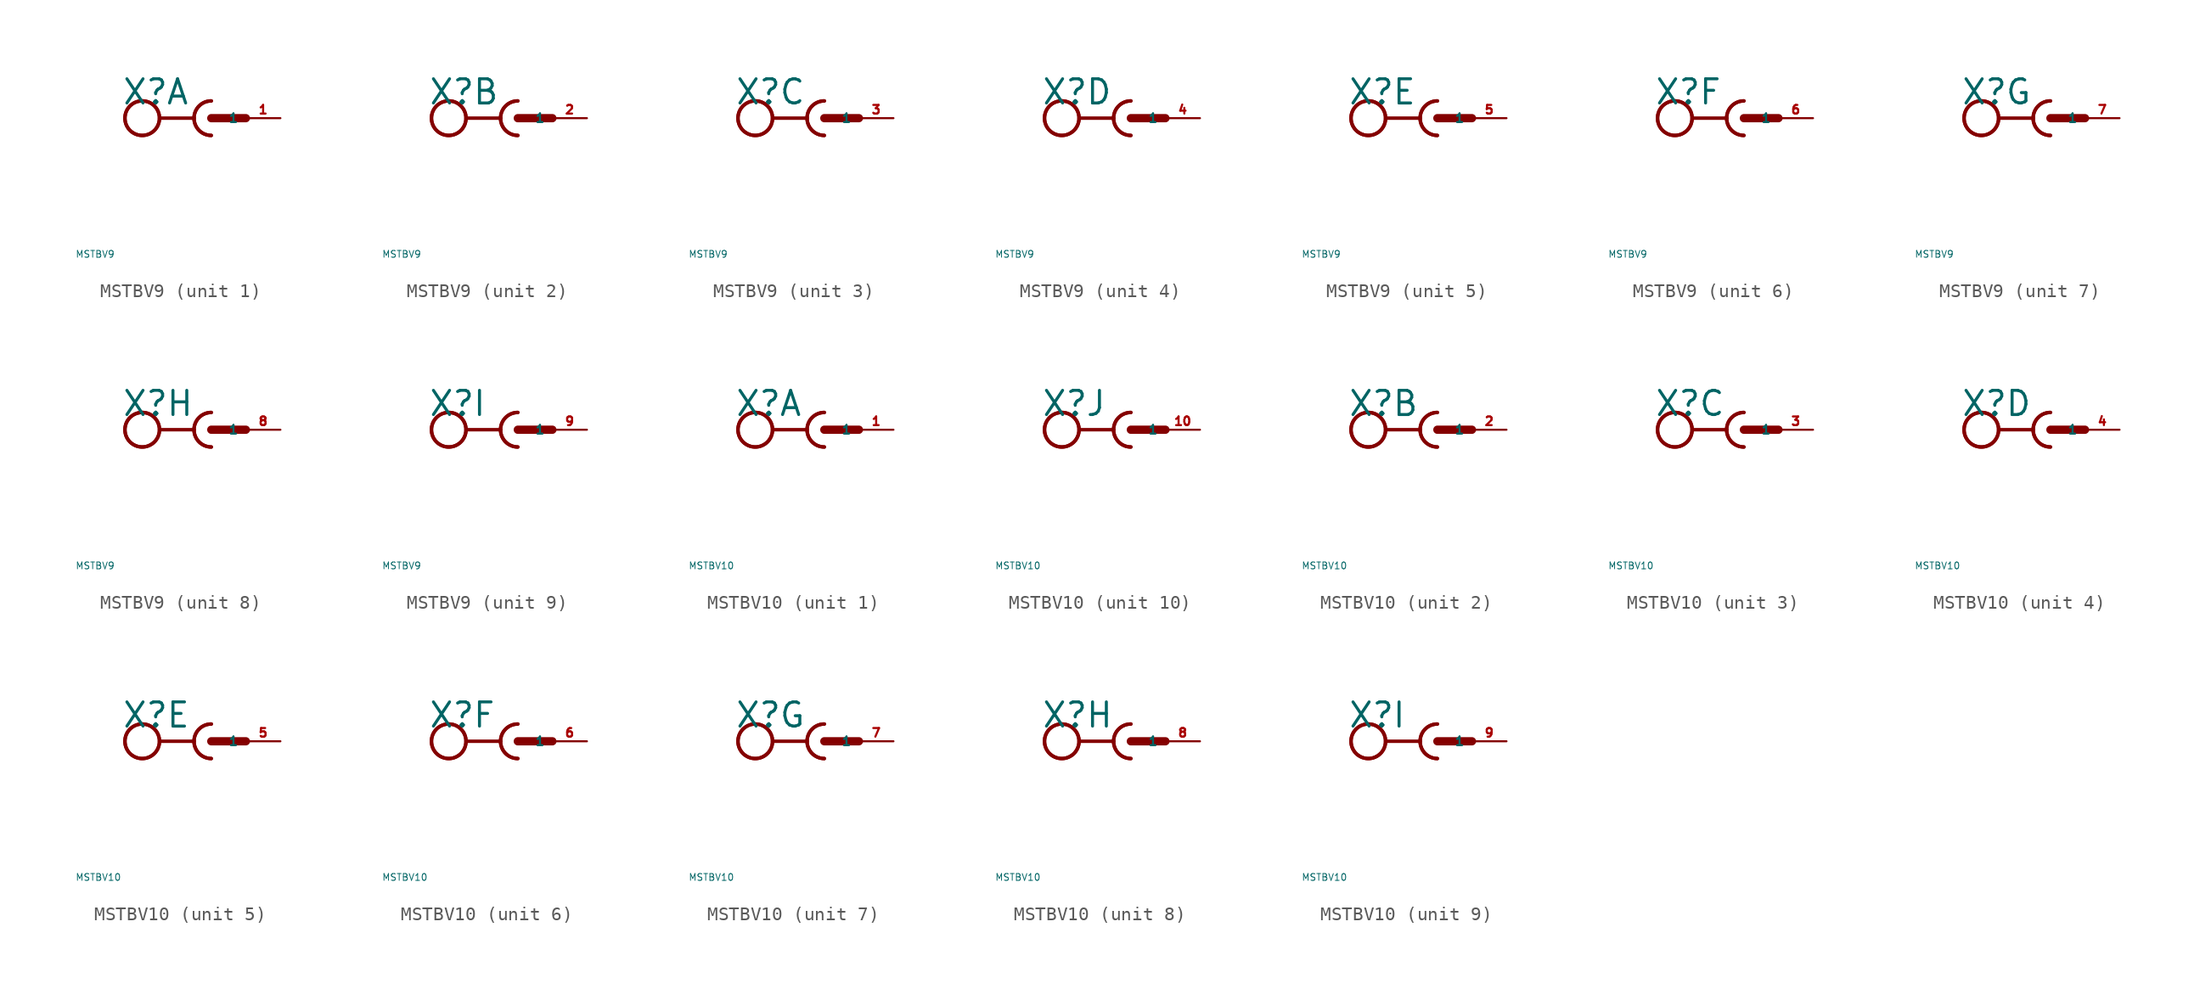
<source format=kicad_sym>
(kicad_symbol_lib
  (version 20220914)
  (generator Eagle2Kicad)
  (symbol "MSTBV9"
    (property "Reference" "X"
      (at -6.604 0.889 0)
      (effects (font (size 1.778 1.778) (thickness 0.22)) (justify left bottom)))
    (property "Value" "MSTBV9"
      (at -10 -10 0)
      (effects (font (size 0.5 0.5) (thickness 0.06)) (justify left)))
    (symbol "MSTBV9_1_0"
      (arc (start -1.27 0) (mid -0.898 -0.898) (end 0 -1.27) (stroke (width 0.254) (type default)) (fill (type none)))
      (arc (start 0 1.27) (mid -0.898 0.898) (end -1.27 0) (stroke (width 0.254) (type default)) (fill (type none)))
      (polyline (pts (xy -3.81 0) (xy -1.27 0)) (stroke (width 0.254) (type default)) (fill (type none)))
      (arc (start 0 1.27) (mid -1.270 0.000) (end 0 -1.27) (stroke (width 0.254) (type default)) (fill (type none)))
      (polyline (pts (xy 0 0) (xy 2.54 0)) (stroke (width 0.61) (type default)) (fill (type none)))
      (circle (center -5.08 0) (radius 1.27) (stroke (width 0.254) (type default)) (fill (type none)))
      (circle (center -5.08 0) (radius 1.27) (stroke (width 0.254) (type default)) (fill (type none)))
      (pin passive line (at 5.08 0 180) (length 2.54) (name "1" (effects (font (size 0.635 0.635) (thickness 0.08)) (justify left bottom))) (number "1" (effects (font (size 0.635 0.635) (thickness 0.08)) (justify left bottom)))))
    (symbol "MSTBV9_2_0"
      (arc (start -1.27 0) (mid -0.898 -0.898) (end 0 -1.27) (stroke (width 0.254) (type default)) (fill (type none)))
      (arc (start 0 1.27) (mid -0.898 0.898) (end -1.27 0) (stroke (width 0.254) (type default)) (fill (type none)))
      (polyline (pts (xy -3.81 0) (xy -1.27 0)) (stroke (width 0.254) (type default)) (fill (type none)))
      (arc (start 0 1.27) (mid -1.270 0.000) (end 0 -1.27) (stroke (width 0.254) (type default)) (fill (type none)))
      (polyline (pts (xy 0 0) (xy 2.54 0)) (stroke (width 0.61) (type default)) (fill (type none)))
      (circle (center -5.08 0) (radius 1.27) (stroke (width 0.254) (type default)) (fill (type none)))
      (circle (center -5.08 0) (radius 1.27) (stroke (width 0.254) (type default)) (fill (type none)))
      (pin passive line (at 5.08 0 180) (length 2.54) (name "1" (effects (font (size 0.635 0.635) (thickness 0.08)) (justify left bottom))) (number "2" (effects (font (size 0.635 0.635) (thickness 0.08)) (justify left bottom)))))
    (symbol "MSTBV9_3_0"
      (arc (start -1.27 0) (mid -0.898 -0.898) (end 0 -1.27) (stroke (width 0.254) (type default)) (fill (type none)))
      (arc (start 0 1.27) (mid -0.898 0.898) (end -1.27 0) (stroke (width 0.254) (type default)) (fill (type none)))
      (polyline (pts (xy -3.81 0) (xy -1.27 0)) (stroke (width 0.254) (type default)) (fill (type none)))
      (arc (start 0 1.27) (mid -1.270 0.000) (end 0 -1.27) (stroke (width 0.254) (type default)) (fill (type none)))
      (polyline (pts (xy 0 0) (xy 2.54 0)) (stroke (width 0.61) (type default)) (fill (type none)))
      (circle (center -5.08 0) (radius 1.27) (stroke (width 0.254) (type default)) (fill (type none)))
      (circle (center -5.08 0) (radius 1.27) (stroke (width 0.254) (type default)) (fill (type none)))
      (pin passive line (at 5.08 0 180) (length 2.54) (name "1" (effects (font (size 0.635 0.635) (thickness 0.08)) (justify left bottom))) (number "3" (effects (font (size 0.635 0.635) (thickness 0.08)) (justify left bottom)))))
    (symbol "MSTBV9_4_0"
      (arc (start -1.27 0) (mid -0.898 -0.898) (end 0 -1.27) (stroke (width 0.254) (type default)) (fill (type none)))
      (arc (start 0 1.27) (mid -0.898 0.898) (end -1.27 0) (stroke (width 0.254) (type default)) (fill (type none)))
      (polyline (pts (xy -3.81 0) (xy -1.27 0)) (stroke (width 0.254) (type default)) (fill (type none)))
      (arc (start 0 1.27) (mid -1.270 0.000) (end 0 -1.27) (stroke (width 0.254) (type default)) (fill (type none)))
      (polyline (pts (xy 0 0) (xy 2.54 0)) (stroke (width 0.61) (type default)) (fill (type none)))
      (circle (center -5.08 0) (radius 1.27) (stroke (width 0.254) (type default)) (fill (type none)))
      (circle (center -5.08 0) (radius 1.27) (stroke (width 0.254) (type default)) (fill (type none)))
      (pin passive line (at 5.08 0 180) (length 2.54) (name "1" (effects (font (size 0.635 0.635) (thickness 0.08)) (justify left bottom))) (number "4" (effects (font (size 0.635 0.635) (thickness 0.08)) (justify left bottom)))))
    (symbol "MSTBV9_5_0"
      (arc (start -1.27 0) (mid -0.898 -0.898) (end 0 -1.27) (stroke (width 0.254) (type default)) (fill (type none)))
      (arc (start 0 1.27) (mid -0.898 0.898) (end -1.27 0) (stroke (width 0.254) (type default)) (fill (type none)))
      (polyline (pts (xy -3.81 0) (xy -1.27 0)) (stroke (width 0.254) (type default)) (fill (type none)))
      (arc (start 0 1.27) (mid -1.270 0.000) (end 0 -1.27) (stroke (width 0.254) (type default)) (fill (type none)))
      (polyline (pts (xy 0 0) (xy 2.54 0)) (stroke (width 0.61) (type default)) (fill (type none)))
      (circle (center -5.08 0) (radius 1.27) (stroke (width 0.254) (type default)) (fill (type none)))
      (circle (center -5.08 0) (radius 1.27) (stroke (width 0.254) (type default)) (fill (type none)))
      (pin passive line (at 5.08 0 180) (length 2.54) (name "1" (effects (font (size 0.635 0.635) (thickness 0.08)) (justify left bottom))) (number "5" (effects (font (size 0.635 0.635) (thickness 0.08)) (justify left bottom)))))
    (symbol "MSTBV9_6_0"
      (arc (start -1.27 0) (mid -0.898 -0.898) (end 0 -1.27) (stroke (width 0.254) (type default)) (fill (type none)))
      (arc (start 0 1.27) (mid -0.898 0.898) (end -1.27 0) (stroke (width 0.254) (type default)) (fill (type none)))
      (polyline (pts (xy -3.81 0) (xy -1.27 0)) (stroke (width 0.254) (type default)) (fill (type none)))
      (arc (start 0 1.27) (mid -1.270 0.000) (end 0 -1.27) (stroke (width 0.254) (type default)) (fill (type none)))
      (polyline (pts (xy 0 0) (xy 2.54 0)) (stroke (width 0.61) (type default)) (fill (type none)))
      (circle (center -5.08 0) (radius 1.27) (stroke (width 0.254) (type default)) (fill (type none)))
      (circle (center -5.08 0) (radius 1.27) (stroke (width 0.254) (type default)) (fill (type none)))
      (pin passive line (at 5.08 0 180) (length 2.54) (name "1" (effects (font (size 0.635 0.635) (thickness 0.08)) (justify left bottom))) (number "6" (effects (font (size 0.635 0.635) (thickness 0.08)) (justify left bottom)))))
    (symbol "MSTBV9_7_0"
      (arc (start -1.27 0) (mid -0.898 -0.898) (end 0 -1.27) (stroke (width 0.254) (type default)) (fill (type none)))
      (arc (start 0 1.27) (mid -0.898 0.898) (end -1.27 0) (stroke (width 0.254) (type default)) (fill (type none)))
      (polyline (pts (xy -3.81 0) (xy -1.27 0)) (stroke (width 0.254) (type default)) (fill (type none)))
      (arc (start 0 1.27) (mid -1.270 0.000) (end 0 -1.27) (stroke (width 0.254) (type default)) (fill (type none)))
      (polyline (pts (xy 0 0) (xy 2.54 0)) (stroke (width 0.61) (type default)) (fill (type none)))
      (circle (center -5.08 0) (radius 1.27) (stroke (width 0.254) (type default)) (fill (type none)))
      (circle (center -5.08 0) (radius 1.27) (stroke (width 0.254) (type default)) (fill (type none)))
      (pin passive line (at 5.08 0 180) (length 2.54) (name "1" (effects (font (size 0.635 0.635) (thickness 0.08)) (justify left bottom))) (number "7" (effects (font (size 0.635 0.635) (thickness 0.08)) (justify left bottom)))))
    (symbol "MSTBV9_8_0"
      (arc (start -1.27 0) (mid -0.898 -0.898) (end 0 -1.27) (stroke (width 0.254) (type default)) (fill (type none)))
      (arc (start 0 1.27) (mid -0.898 0.898) (end -1.27 0) (stroke (width 0.254) (type default)) (fill (type none)))
      (polyline (pts (xy -3.81 0) (xy -1.27 0)) (stroke (width 0.254) (type default)) (fill (type none)))
      (arc (start 0 1.27) (mid -1.270 0.000) (end 0 -1.27) (stroke (width 0.254) (type default)) (fill (type none)))
      (polyline (pts (xy 0 0) (xy 2.54 0)) (stroke (width 0.61) (type default)) (fill (type none)))
      (circle (center -5.08 0) (radius 1.27) (stroke (width 0.254) (type default)) (fill (type none)))
      (circle (center -5.08 0) (radius 1.27) (stroke (width 0.254) (type default)) (fill (type none)))
      (pin passive line (at 5.08 0 180) (length 2.54) (name "1" (effects (font (size 0.635 0.635) (thickness 0.08)) (justify left bottom))) (number "8" (effects (font (size 0.635 0.635) (thickness 0.08)) (justify left bottom)))))
    (symbol "MSTBV9_9_0"
      (arc (start -1.27 0) (mid -0.898 -0.898) (end 0 -1.27) (stroke (width 0.254) (type default)) (fill (type none)))
      (arc (start 0 1.27) (mid -0.898 0.898) (end -1.27 0) (stroke (width 0.254) (type default)) (fill (type none)))
      (polyline (pts (xy -3.81 0) (xy -1.27 0)) (stroke (width 0.254) (type default)) (fill (type none)))
      (arc (start 0 1.27) (mid -1.270 0.000) (end 0 -1.27) (stroke (width 0.254) (type default)) (fill (type none)))
      (polyline (pts (xy 0 0) (xy 2.54 0)) (stroke (width 0.61) (type default)) (fill (type none)))
      (circle (center -5.08 0) (radius 1.27) (stroke (width 0.254) (type default)) (fill (type none)))
      (circle (center -5.08 0) (radius 1.27) (stroke (width 0.254) (type default)) (fill (type none)))
      (pin passive line (at 5.08 0 180) (length 2.54) (name "1" (effects (font (size 0.635 0.635) (thickness 0.08)) (justify left bottom))) (number "9" (effects (font (size 0.635 0.635) (thickness 0.08)) (justify left bottom))))))
  (symbol "MSTBV10"
    (property "Reference" "X"
      (at -6.604 0.889 0)
      (effects (font (size 1.778 1.778) (thickness 0.22)) (justify left bottom)))
    (property "Value" "MSTBV10"
      (at -10 -10 0)
      (effects (font (size 0.5 0.5) (thickness 0.06)) (justify left)))
    (symbol "MSTBV10_1_0"
      (arc (start -1.27 0) (mid -0.898 -0.898) (end 0 -1.27) (stroke (width 0.254) (type default)) (fill (type none)))
      (arc (start 0 1.27) (mid -0.898 0.898) (end -1.27 0) (stroke (width 0.254) (type default)) (fill (type none)))
      (polyline (pts (xy -3.81 0) (xy -1.27 0)) (stroke (width 0.254) (type default)) (fill (type none)))
      (arc (start 0 1.27) (mid -1.270 0.000) (end 0 -1.27) (stroke (width 0.254) (type default)) (fill (type none)))
      (polyline (pts (xy 0 0) (xy 2.54 0)) (stroke (width 0.61) (type default)) (fill (type none)))
      (circle (center -5.08 0) (radius 1.27) (stroke (width 0.254) (type default)) (fill (type none)))
      (circle (center -5.08 0) (radius 1.27) (stroke (width 0.254) (type default)) (fill (type none)))
      (pin passive line (at 5.08 0 180) (length 2.54) (name "1" (effects (font (size 0.635 0.635) (thickness 0.08)) (justify left bottom))) (number "1" (effects (font (size 0.635 0.635) (thickness 0.08)) (justify left bottom)))))
    (symbol "MSTBV10_2_0"
      (arc (start -1.27 0) (mid -0.898 -0.898) (end 0 -1.27) (stroke (width 0.254) (type default)) (fill (type none)))
      (arc (start 0 1.27) (mid -0.898 0.898) (end -1.27 0) (stroke (width 0.254) (type default)) (fill (type none)))
      (polyline (pts (xy -3.81 0) (xy -1.27 0)) (stroke (width 0.254) (type default)) (fill (type none)))
      (arc (start 0 1.27) (mid -1.270 0.000) (end 0 -1.27) (stroke (width 0.254) (type default)) (fill (type none)))
      (polyline (pts (xy 0 0) (xy 2.54 0)) (stroke (width 0.61) (type default)) (fill (type none)))
      (circle (center -5.08 0) (radius 1.27) (stroke (width 0.254) (type default)) (fill (type none)))
      (circle (center -5.08 0) (radius 1.27) (stroke (width 0.254) (type default)) (fill (type none)))
      (pin passive line (at 5.08 0 180) (length 2.54) (name "1" (effects (font (size 0.635 0.635) (thickness 0.08)) (justify left bottom))) (number "2" (effects (font (size 0.635 0.635) (thickness 0.08)) (justify left bottom)))))
    (symbol "MSTBV10_3_0"
      (arc (start -1.27 0) (mid -0.898 -0.898) (end 0 -1.27) (stroke (width 0.254) (type default)) (fill (type none)))
      (arc (start 0 1.27) (mid -0.898 0.898) (end -1.27 0) (stroke (width 0.254) (type default)) (fill (type none)))
      (polyline (pts (xy -3.81 0) (xy -1.27 0)) (stroke (width 0.254) (type default)) (fill (type none)))
      (arc (start 0 1.27) (mid -1.270 0.000) (end 0 -1.27) (stroke (width 0.254) (type default)) (fill (type none)))
      (polyline (pts (xy 0 0) (xy 2.54 0)) (stroke (width 0.61) (type default)) (fill (type none)))
      (circle (center -5.08 0) (radius 1.27) (stroke (width 0.254) (type default)) (fill (type none)))
      (circle (center -5.08 0) (radius 1.27) (stroke (width 0.254) (type default)) (fill (type none)))
      (pin passive line (at 5.08 0 180) (length 2.54) (name "1" (effects (font (size 0.635 0.635) (thickness 0.08)) (justify left bottom))) (number "3" (effects (font (size 0.635 0.635) (thickness 0.08)) (justify left bottom)))))
    (symbol "MSTBV10_4_0"
      (arc (start -1.27 0) (mid -0.898 -0.898) (end 0 -1.27) (stroke (width 0.254) (type default)) (fill (type none)))
      (arc (start 0 1.27) (mid -0.898 0.898) (end -1.27 0) (stroke (width 0.254) (type default)) (fill (type none)))
      (polyline (pts (xy -3.81 0) (xy -1.27 0)) (stroke (width 0.254) (type default)) (fill (type none)))
      (arc (start 0 1.27) (mid -1.270 0.000) (end 0 -1.27) (stroke (width 0.254) (type default)) (fill (type none)))
      (polyline (pts (xy 0 0) (xy 2.54 0)) (stroke (width 0.61) (type default)) (fill (type none)))
      (circle (center -5.08 0) (radius 1.27) (stroke (width 0.254) (type default)) (fill (type none)))
      (circle (center -5.08 0) (radius 1.27) (stroke (width 0.254) (type default)) (fill (type none)))
      (pin passive line (at 5.08 0 180) (length 2.54) (name "1" (effects (font (size 0.635 0.635) (thickness 0.08)) (justify left bottom))) (number "4" (effects (font (size 0.635 0.635) (thickness 0.08)) (justify left bottom)))))
    (symbol "MSTBV10_5_0"
      (arc (start -1.27 0) (mid -0.898 -0.898) (end 0 -1.27) (stroke (width 0.254) (type default)) (fill (type none)))
      (arc (start 0 1.27) (mid -0.898 0.898) (end -1.27 0) (stroke (width 0.254) (type default)) (fill (type none)))
      (polyline (pts (xy -3.81 0) (xy -1.27 0)) (stroke (width 0.254) (type default)) (fill (type none)))
      (arc (start 0 1.27) (mid -1.270 0.000) (end 0 -1.27) (stroke (width 0.254) (type default)) (fill (type none)))
      (polyline (pts (xy 0 0) (xy 2.54 0)) (stroke (width 0.61) (type default)) (fill (type none)))
      (circle (center -5.08 0) (radius 1.27) (stroke (width 0.254) (type default)) (fill (type none)))
      (circle (center -5.08 0) (radius 1.27) (stroke (width 0.254) (type default)) (fill (type none)))
      (pin passive line (at 5.08 0 180) (length 2.54) (name "1" (effects (font (size 0.635 0.635) (thickness 0.08)) (justify left bottom))) (number "5" (effects (font (size 0.635 0.635) (thickness 0.08)) (justify left bottom)))))
    (symbol "MSTBV10_6_0"
      (arc (start -1.27 0) (mid -0.898 -0.898) (end 0 -1.27) (stroke (width 0.254) (type default)) (fill (type none)))
      (arc (start 0 1.27) (mid -0.898 0.898) (end -1.27 0) (stroke (width 0.254) (type default)) (fill (type none)))
      (polyline (pts (xy -3.81 0) (xy -1.27 0)) (stroke (width 0.254) (type default)) (fill (type none)))
      (arc (start 0 1.27) (mid -1.270 0.000) (end 0 -1.27) (stroke (width 0.254) (type default)) (fill (type none)))
      (polyline (pts (xy 0 0) (xy 2.54 0)) (stroke (width 0.61) (type default)) (fill (type none)))
      (circle (center -5.08 0) (radius 1.27) (stroke (width 0.254) (type default)) (fill (type none)))
      (circle (center -5.08 0) (radius 1.27) (stroke (width 0.254) (type default)) (fill (type none)))
      (pin passive line (at 5.08 0 180) (length 2.54) (name "1" (effects (font (size 0.635 0.635) (thickness 0.08)) (justify left bottom))) (number "6" (effects (font (size 0.635 0.635) (thickness 0.08)) (justify left bottom)))))
    (symbol "MSTBV10_7_0"
      (arc (start -1.27 0) (mid -0.898 -0.898) (end 0 -1.27) (stroke (width 0.254) (type default)) (fill (type none)))
      (arc (start 0 1.27) (mid -0.898 0.898) (end -1.27 0) (stroke (width 0.254) (type default)) (fill (type none)))
      (polyline (pts (xy -3.81 0) (xy -1.27 0)) (stroke (width 0.254) (type default)) (fill (type none)))
      (arc (start 0 1.27) (mid -1.270 0.000) (end 0 -1.27) (stroke (width 0.254) (type default)) (fill (type none)))
      (polyline (pts (xy 0 0) (xy 2.54 0)) (stroke (width 0.61) (type default)) (fill (type none)))
      (circle (center -5.08 0) (radius 1.27) (stroke (width 0.254) (type default)) (fill (type none)))
      (circle (center -5.08 0) (radius 1.27) (stroke (width 0.254) (type default)) (fill (type none)))
      (pin passive line (at 5.08 0 180) (length 2.54) (name "1" (effects (font (size 0.635 0.635) (thickness 0.08)) (justify left bottom))) (number "7" (effects (font (size 0.635 0.635) (thickness 0.08)) (justify left bottom)))))
    (symbol "MSTBV10_8_0"
      (arc (start -1.27 0) (mid -0.898 -0.898) (end 0 -1.27) (stroke (width 0.254) (type default)) (fill (type none)))
      (arc (start 0 1.27) (mid -0.898 0.898) (end -1.27 0) (stroke (width 0.254) (type default)) (fill (type none)))
      (polyline (pts (xy -3.81 0) (xy -1.27 0)) (stroke (width 0.254) (type default)) (fill (type none)))
      (arc (start 0 1.27) (mid -1.270 0.000) (end 0 -1.27) (stroke (width 0.254) (type default)) (fill (type none)))
      (polyline (pts (xy 0 0) (xy 2.54 0)) (stroke (width 0.61) (type default)) (fill (type none)))
      (circle (center -5.08 0) (radius 1.27) (stroke (width 0.254) (type default)) (fill (type none)))
      (circle (center -5.08 0) (radius 1.27) (stroke (width 0.254) (type default)) (fill (type none)))
      (pin passive line (at 5.08 0 180) (length 2.54) (name "1" (effects (font (size 0.635 0.635) (thickness 0.08)) (justify left bottom))) (number "8" (effects (font (size 0.635 0.635) (thickness 0.08)) (justify left bottom)))))
    (symbol "MSTBV10_9_0"
      (arc (start -1.27 0) (mid -0.898 -0.898) (end 0 -1.27) (stroke (width 0.254) (type default)) (fill (type none)))
      (arc (start 0 1.27) (mid -0.898 0.898) (end -1.27 0) (stroke (width 0.254) (type default)) (fill (type none)))
      (polyline (pts (xy -3.81 0) (xy -1.27 0)) (stroke (width 0.254) (type default)) (fill (type none)))
      (arc (start 0 1.27) (mid -1.270 0.000) (end 0 -1.27) (stroke (width 0.254) (type default)) (fill (type none)))
      (polyline (pts (xy 0 0) (xy 2.54 0)) (stroke (width 0.61) (type default)) (fill (type none)))
      (circle (center -5.08 0) (radius 1.27) (stroke (width 0.254) (type default)) (fill (type none)))
      (circle (center -5.08 0) (radius 1.27) (stroke (width 0.254) (type default)) (fill (type none)))
      (pin passive line (at 5.08 0 180) (length 2.54) (name "1" (effects (font (size 0.635 0.635) (thickness 0.08)) (justify left bottom))) (number "9" (effects (font (size 0.635 0.635) (thickness 0.08)) (justify left bottom)))))
    (symbol "MSTBV10_10_0"
      (arc (start -1.27 0) (mid -0.898 -0.898) (end 0 -1.27) (stroke (width 0.254) (type default)) (fill (type none)))
      (arc (start 0 1.27) (mid -0.898 0.898) (end -1.27 0) (stroke (width 0.254) (type default)) (fill (type none)))
      (polyline (pts (xy -3.81 0) (xy -1.27 0)) (stroke (width 0.254) (type default)) (fill (type none)))
      (arc (start 0 1.27) (mid -1.270 0.000) (end 0 -1.27) (stroke (width 0.254) (type default)) (fill (type none)))
      (polyline (pts (xy 0 0) (xy 2.54 0)) (stroke (width 0.61) (type default)) (fill (type none)))
      (circle (center -5.08 0) (radius 1.27) (stroke (width 0.254) (type default)) (fill (type none)))
      (circle (center -5.08 0) (radius 1.27) (stroke (width 0.254) (type default)) (fill (type none)))
      (pin passive line (at 5.08 0 180) (length 2.54) (name "1" (effects (font (size 0.635 0.635) (thickness 0.08)) (justify left bottom))) (number "10" (effects (font (size 0.635 0.635) (thickness 0.08)) (justify left bottom)))))))
</source>
